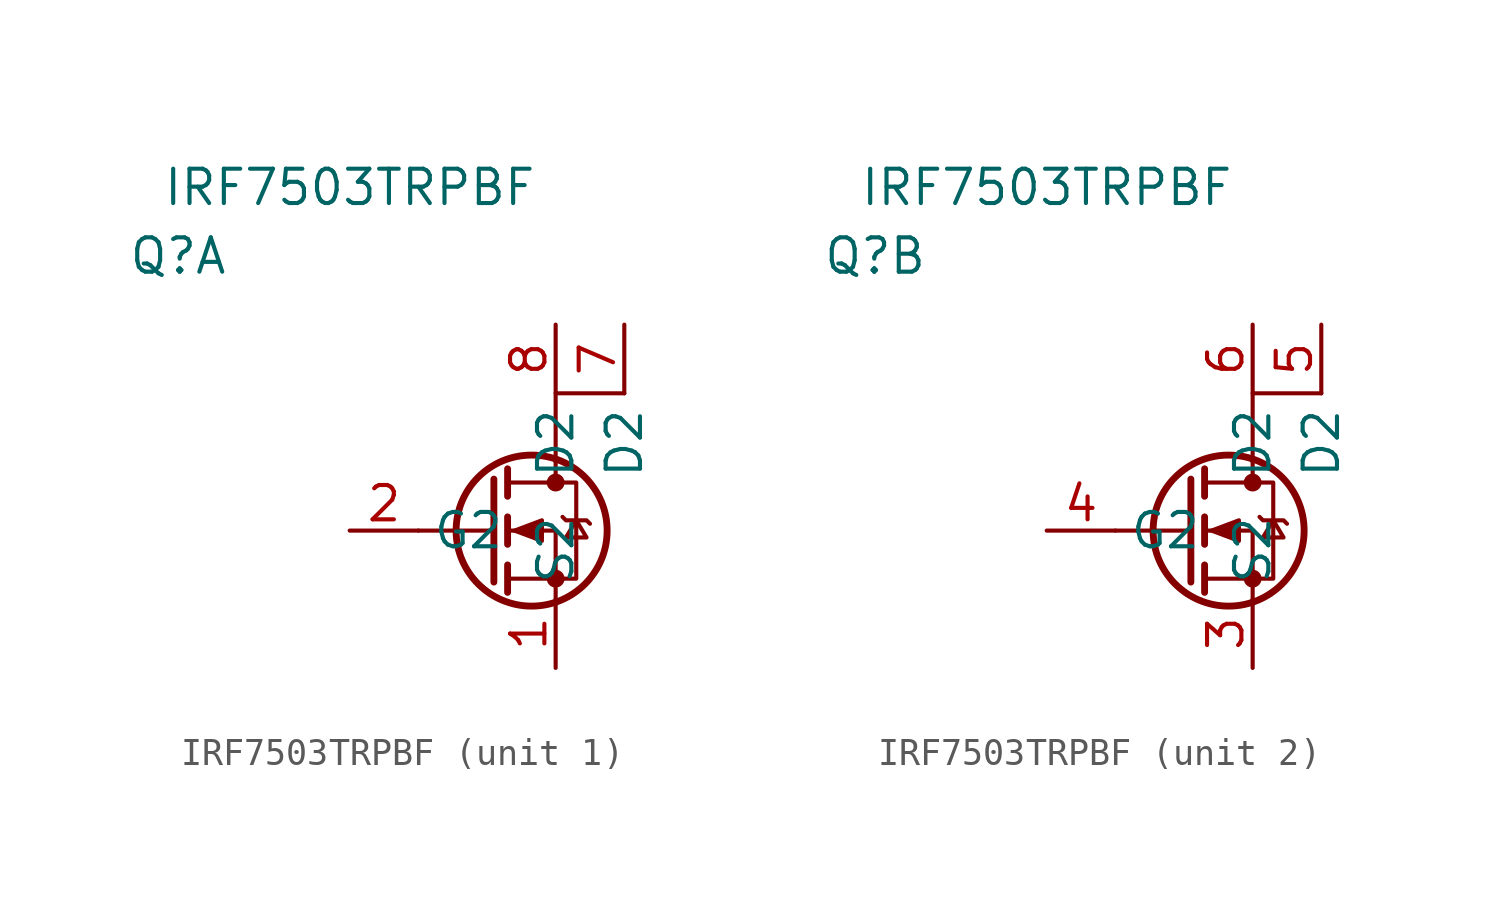
<source format=kicad_sym>
(kicad_symbol_lib
  (version 20211014)
  (generator kicad_symbol_editor)
  (symbol "IRF7503TRPBF"
    (property "Reference" "Q"
      (at -12.7 10.16 0)
      (effects (font (size 1.27 1.27))))
    (property "Value" "IRF7503TRPBF"
      (at -6.35 12.7 0)
      (effects (font (size 1.27 1.27))))
    (symbol "IRF7503TRPBF_0_1"
      (polyline (pts (xy -1.016 0) (xy -3.81 0)) (stroke (width 0) (type default) (color 0 0 0 0)) (fill (type none)))
      (polyline (pts (xy -1.016 1.905) (xy -1.016 -1.905)) (stroke (width 0.254) (type default) (color 0 0 0 0)) (fill (type none)))
      (polyline (pts (xy -0.508 -1.27) (xy -0.508 -2.286)) (stroke (width 0.254) (type default) (color 0 0 0 0)) (fill (type none)))
      (polyline (pts (xy -0.508 0.508) (xy -0.508 -0.508)) (stroke (width 0.254) (type default) (color 0 0 0 0)) (fill (type none)))
      (polyline (pts (xy -0.508 2.286) (xy -0.508 1.27)) (stroke (width 0.254) (type default) (color 0 0 0 0)) (fill (type none)))
      (polyline (pts (xy 1.27 2.54) (xy 1.27 1.778)) (stroke (width 0) (type default) (color 0 0 0 0)) (fill (type none)))
      (polyline (pts (xy 1.27 -2.54) (xy 1.27 0) (xy -0.508 0)) (stroke (width 0) (type default) (color 0 0 0 0)) (fill (type none)))
      (polyline (pts (xy 1.27 2.54) (xy 1.27 5.08) (xy 3.81 5.08)) (stroke (width 0.152) (type default) (color 0 0 0 0)) (fill (type none)))
      (polyline (pts (xy -0.508 -1.778) (xy 2.032 -1.778) (xy 2.032 1.778) (xy -0.508 1.778)) (stroke (width 0) (type default) (color 0 0 0 0)) (fill (type none)))
      (polyline (pts (xy -0.254 0) (xy 0.762 0.381) (xy 0.762 -0.381) (xy -0.254 0)) (stroke (width 0) (type default) (color 0 0 0 0)) (fill (type outline)))
      (polyline (pts (xy 1.524 0.508) (xy 1.651 0.381) (xy 2.413 0.381) (xy 2.54 0.254)) (stroke (width 0) (type default) (color 0 0 0 0)) (fill (type none)))
      (polyline (pts (xy 2.032 0.381) (xy 1.651 -0.254) (xy 2.413 -0.254) (xy 2.032 0.381)) (stroke (width 0) (type default) (color 0 0 0 0)) (fill (type none)))
      (circle (center 0.381 0) (radius 2.794) (stroke (width 0.254) (type default) (color 0 0 0 0)) (fill (type none)))
      (circle (center 1.27 -1.778) (radius 0.254) (stroke (width 0) (type default) (color 0 0 0 0)) (fill (type outline)))
      (circle (center 1.27 1.778) (radius 0.254) (stroke (width 0) (type default) (color 0 0 0 0)) (fill (type outline))))
    (symbol "IRF7503TRPBF_1_1"
      (pin passive line (at 1.27 -5.08 90) (length 2.54) (name "S2" (effects (font (size 1.27 1.27)))) (number "1" (effects (font (size 1.27 1.27)))))
      (pin input line (at -6.35 0 0) (length 2.54) (name "G2" (effects (font (size 1.27 1.27)))) (number "2" (effects (font (size 1.27 1.27)))))
      (pin passive line (at 3.81 7.62 270) (length 2.54) (name "D2" (effects (font (size 1.27 1.27)))) (number "7" (effects (font (size 1.27 1.27)))))
      (pin passive line (at 1.27 7.62 270) (length 2.54) (name "D2" (effects (font (size 1.27 1.27)))) (number "8" (effects (font (size 1.27 1.27))))))
    (symbol "IRF7503TRPBF_2_1"
      (pin passive line (at 1.27 -5.08 90) (length 2.54) (name "S2" (effects (font (size 1.27 1.27)))) (number "3" (effects (font (size 1.27 1.27)))))
      (pin input line (at -6.35 0 0) (length 2.54) (name "G2" (effects (font (size 1.27 1.27)))) (number "4" (effects (font (size 1.27 1.27)))))
      (pin passive line (at 3.81 7.62 270) (length 2.54) (name "D2" (effects (font (size 1.27 1.27)))) (number "5" (effects (font (size 1.27 1.27)))))
      (pin passive line (at 1.27 7.62 270) (length 2.54) (name "D2" (effects (font (size 1.27 1.27)))) (number "6" (effects (font (size 1.27 1.27))))))))
</source>
